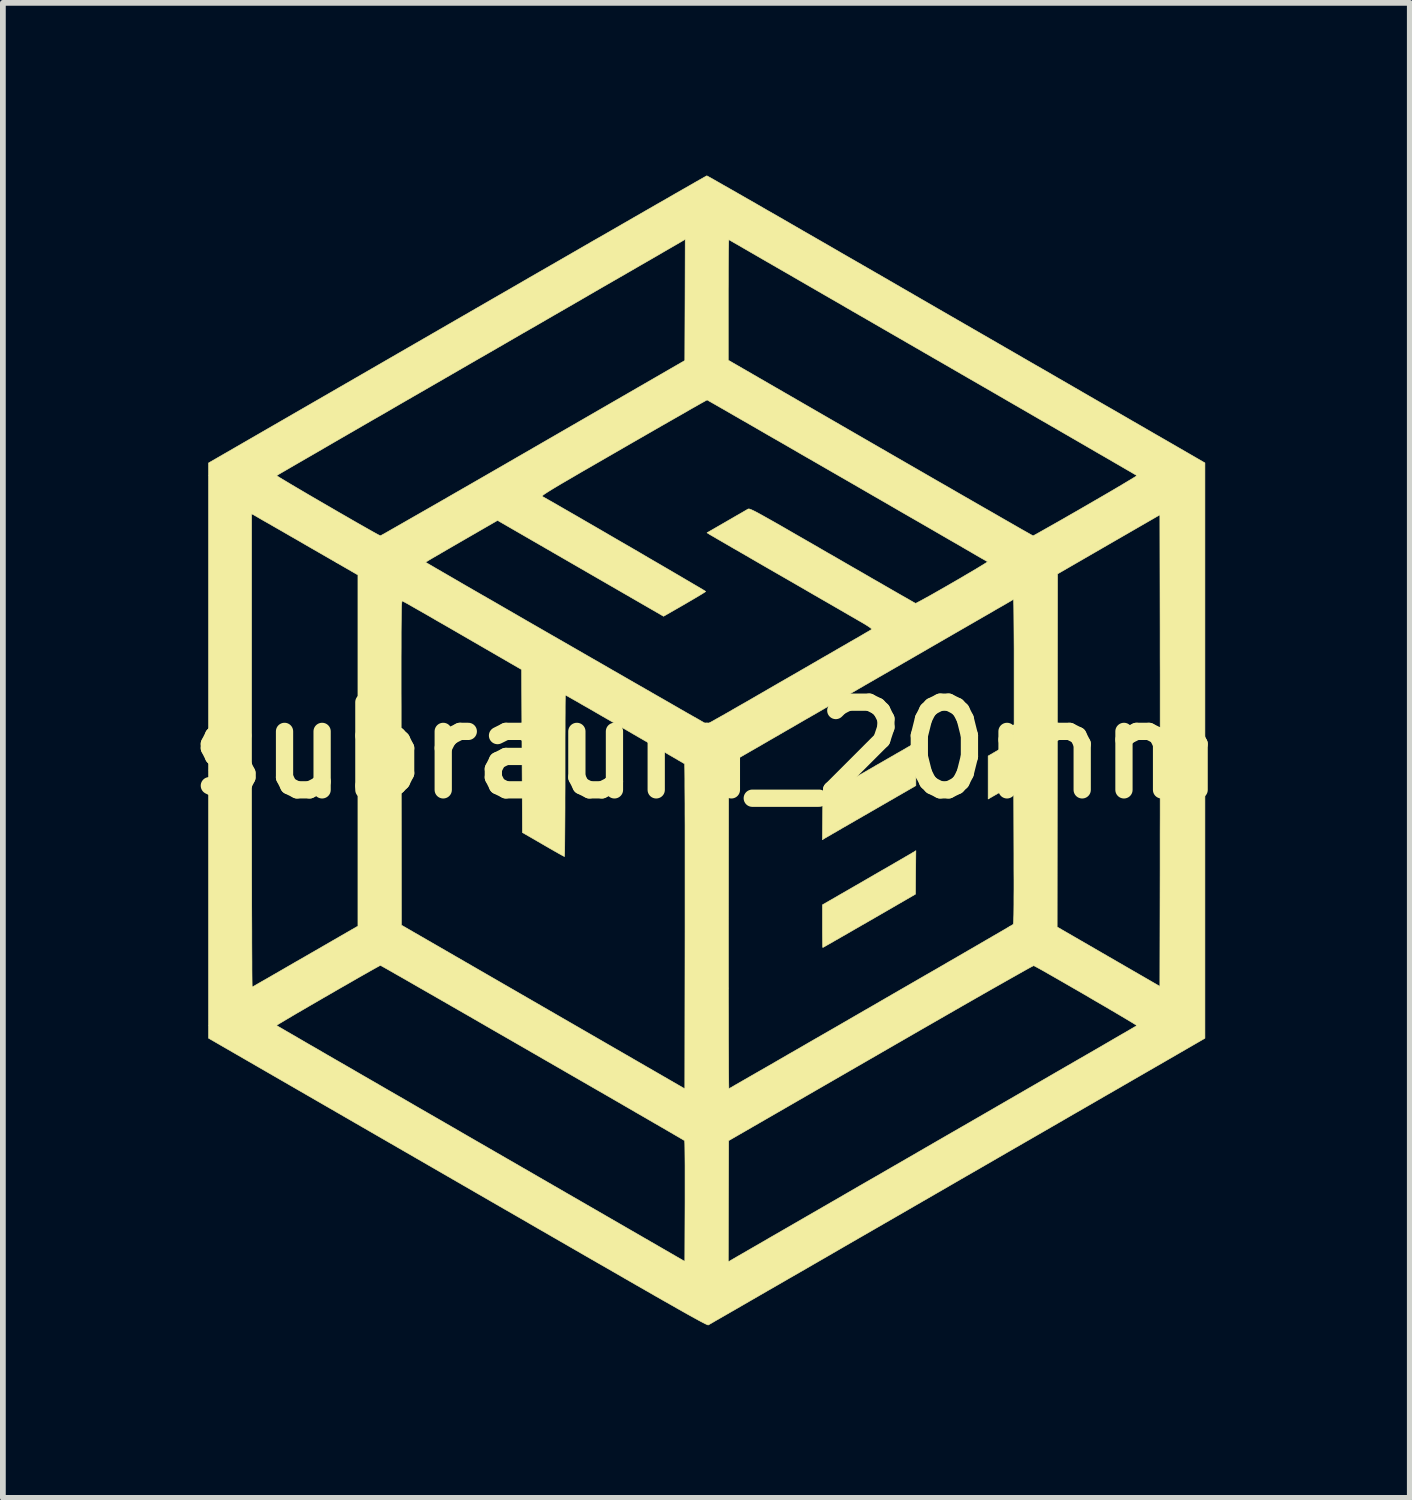
<source format=kicad_pcb>
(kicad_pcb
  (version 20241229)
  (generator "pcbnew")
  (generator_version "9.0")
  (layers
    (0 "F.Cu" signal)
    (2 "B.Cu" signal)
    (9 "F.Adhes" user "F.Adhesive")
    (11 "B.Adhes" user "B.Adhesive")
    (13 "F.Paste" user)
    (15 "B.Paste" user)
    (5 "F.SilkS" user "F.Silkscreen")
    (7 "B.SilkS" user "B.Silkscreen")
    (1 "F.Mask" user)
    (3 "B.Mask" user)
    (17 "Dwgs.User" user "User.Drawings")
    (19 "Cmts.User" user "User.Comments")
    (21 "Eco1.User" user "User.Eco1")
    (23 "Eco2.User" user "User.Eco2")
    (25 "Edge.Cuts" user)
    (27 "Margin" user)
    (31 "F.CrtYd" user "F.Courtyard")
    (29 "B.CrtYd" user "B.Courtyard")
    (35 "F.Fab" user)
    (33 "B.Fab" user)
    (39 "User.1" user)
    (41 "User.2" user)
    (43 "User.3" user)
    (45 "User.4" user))
  (footprint "subraum_20mm"
    (layer "F.Cu")
    (at 9.224 9.986)
    (property "Reference" "subraum_20mm" (at 0 0 0) (layer "F.SilkS") (effects (font (size 1.524 1.524) (thickness 0.3))))
    (attr through_hole)
    (fp_poly (pts (xy 3.637 -0.114) (xy 3.638 -0.075) (xy 3.639 -0.017) (xy 3.64 0.06) (xy 3.64 0.149) (xy 3.641 0.245) (xy 3.641 0.616) (xy 2.861 1.066) (xy 2.724 1.145) (xy 2.594 1.22) (xy 2.473 1.29) (xy 2.363 1.353) (xy 2.266 1.41) (xy 2.184 1.457) (xy 2.119 1.495) (xy 2.074 1.521) (xy 2.051 1.534) (xy 2.049 1.536) (xy 2.017 1.556) (xy 2.021 1.178) (xy 2.025 0.8) (xy 2.827 0.337) (xy 2.965 0.257) (xy 3.096 0.182) (xy 3.217 0.112) (xy 3.326 0.049) (xy 3.423 -0.006) (xy 3.503 -0.053) (xy 3.567 -0.089) (xy 3.611 -0.113) (xy 3.633 -0.126) (xy 3.635 -0.127) (xy 3.637 -0.114)) (stroke (width 0.01) (type solid)) (fill yes) (layer "F.SilkS"))
    (fp_poly (pts (xy 3.637 2.124) (xy 3.634 2.502) (xy 2.832 2.966) (xy 2.694 3.045) (xy 2.564 3.12) (xy 2.443 3.19) (xy 2.333 3.253) (xy 2.237 3.308) (xy 2.156 3.355) (xy 2.092 3.391) (xy 2.049 3.416) (xy 2.026 3.428) (xy 2.024 3.429) (xy 2.022 3.416) (xy 2.021 3.377) (xy 2.02 3.319) (xy 2.019 3.243) (xy 2.018 3.153) (xy 2.018 3.058) (xy 2.018 2.687) (xy 2.798 2.237) (xy 2.934 2.158) (xy 3.064 2.083) (xy 3.186 2.013) (xy 3.296 1.949) (xy 3.393 1.893) (xy 3.475 1.845) (xy 3.539 1.808) (xy 3.584 1.781) (xy 3.607 1.768) (xy 3.609 1.767) (xy 3.641 1.746) (xy 3.637 2.124)) (stroke (width 0.01) (type solid)) (fill yes) (layer "F.SilkS"))
    (fp_poly (pts (xy 0.022 -9.974) (xy 0.059 -9.954) (xy 0.118 -9.921) (xy 0.198 -9.875) (xy 0.298 -9.818) (xy 0.416 -9.751) (xy 0.552 -9.673) (xy 0.704 -9.586) (xy 0.872 -9.49) (xy 1.053 -9.385) (xy 1.248 -9.274) (xy 1.454 -9.155) (xy 1.67 -9.03) (xy 1.896 -8.9) (xy 2.131 -8.765) (xy 2.372 -8.625) (xy 2.513 -8.544) (xy 2.947 -8.294) (xy 3.357 -8.057) (xy 3.744 -7.833) (xy 4.109 -7.622) (xy 4.454 -7.423) (xy 4.778 -7.236) (xy 5.083 -7.06) (xy 5.369 -6.895) (xy 5.638 -6.739) (xy 5.891 -6.594) (xy 6.127 -6.457) (xy 6.349 -6.329) (xy 6.556 -6.209) (xy 6.75 -6.097) (xy 6.932 -5.992) (xy 7.103 -5.894) (xy 7.262 -5.802) (xy 7.412 -5.715) (xy 7.553 -5.634) (xy 7.686 -5.557) (xy 7.812 -5.484) (xy 7.932 -5.415) (xy 7.955 -5.402) (xy 8.664 -4.992) (xy 8.664 5.006) (xy 7.955 5.416) (xy 7.825 5.491) (xy 7.674 5.578) (xy 7.506 5.675) (xy 7.326 5.779) (xy 7.136 5.889) (xy 6.941 6.001) (xy 6.744 6.115) (xy 6.55 6.227) (xy 6.362 6.335) (xy 6.209 6.424) (xy 5.726 6.703) (xy 5.266 6.968) (xy 4.83 7.22) (xy 4.417 7.458) (xy 4.027 7.684) (xy 3.658 7.897) (xy 3.31 8.098) (xy 2.984 8.286) (xy 2.677 8.463) (xy 2.391 8.628) (xy 2.124 8.783) (xy 1.876 8.926) (xy 1.646 9.059) (xy 1.433 9.181) (xy 1.238 9.294) (xy 1.06 9.396) (xy 0.898 9.49) (xy 0.752 9.574) (xy 0.621 9.65) (xy 0.505 9.717) (xy 0.402 9.776) (xy 0.314 9.827) (xy 0.239 9.87) (xy 0.176 9.906) (xy 0.125 9.936) (xy 0.087 9.958) (xy 0.059 9.974) (xy 0.042 9.984) (xy 0.035 9.988) (xy 0.03 9.988) (xy 0.02 9.985) (xy 0.004 9.978) (xy -0.018 9.968) (xy -0.047 9.953) (xy -0.084 9.934) (xy -0.129 9.91) (xy -0.184 9.88) (xy -0.249 9.844) (xy -0.325 9.802) (xy -0.412 9.753) (xy -0.511 9.697) (xy -0.623 9.633) (xy -0.749 9.562) (xy -0.889 9.482) (xy -1.044 9.393) (xy -1.215 9.295) (xy -1.403 9.187) (xy -1.607 9.069) (xy -1.83 8.941) (xy -1.915 8.892) (xy 0.381 8.892) (xy 0.427 8.864) (xy 0.443 8.855) (xy 0.482 8.832) (xy 0.544 8.796) (xy 0.627 8.748) (xy 0.731 8.688) (xy 0.854 8.617) (xy 0.996 8.535) (xy 1.156 8.442) (xy 1.332 8.341) (xy 1.524 8.23) (xy 1.73 8.111) (xy 1.95 7.984) (xy 2.182 7.85) (xy 2.426 7.709) (xy 2.681 7.561) (xy 2.946 7.409) (xy 3.219 7.251) (xy 3.5 7.089) (xy 3.787 6.923) (xy 3.972 6.816) (xy 4.263 6.648) (xy 4.548 6.484) (xy 4.825 6.324) (xy 5.094 6.168) (xy 5.354 6.018) (xy 5.603 5.874) (xy 5.842 5.736) (xy 6.068 5.605) (xy 6.281 5.482) (xy 6.48 5.367) (xy 6.664 5.261) (xy 6.832 5.164) (xy 6.983 5.076) (xy 7.115 4.999) (xy 7.229 4.933) (xy 7.323 4.879) (xy 7.396 4.836) (xy 7.447 4.806) (xy 7.476 4.79) (xy 7.481 4.786) (xy 7.471 4.778) (xy 7.438 4.757) (xy 7.386 4.725) (xy 7.316 4.683) (xy 7.23 4.632) (xy 7.132 4.574) (xy 7.023 4.51) (xy 6.906 4.441) (xy 6.783 4.37) (xy 6.657 4.296) (xy 6.529 4.221) (xy 6.402 4.148) (xy 6.279 4.077) (xy 6.161 4.009) (xy 6.051 3.946) (xy 5.951 3.889) (xy 5.864 3.839) (xy 5.792 3.799) (xy 5.737 3.769) (xy 5.701 3.75) (xy 5.689 3.744) (xy 5.674 3.751) (xy 5.637 3.77) (xy 5.577 3.803) (xy 5.495 3.849) (xy 5.394 3.906) (xy 5.273 3.974) (xy 5.134 4.053) (xy 4.978 4.141) (xy 4.806 4.239) (xy 4.619 4.346) (xy 4.418 4.461) (xy 4.204 4.584) (xy 3.978 4.714) (xy 3.741 4.85) (xy 3.495 4.992) (xy 3.24 5.139) (xy 3.027 5.262) (xy 0.388 6.785) (xy 0.384 7.839) (xy 0.381 8.892) (xy -1.915 8.892) (xy -2.072 8.802) (xy -2.332 8.652) (xy -2.613 8.49) (xy -2.915 8.316) (xy -3.238 8.129) (xy -3.584 7.93) (xy -3.953 7.717) (xy -4.322 7.504) (xy -8.65 5.005) (xy -8.65 4.784) (xy -7.469 4.784) (xy -7.457 4.791) (xy -7.421 4.812) (xy -7.362 4.846) (xy -7.282 4.893) (xy -7.181 4.951) (xy -7.061 5.021) (xy -6.922 5.102) (xy -6.765 5.192) (xy -6.592 5.293) (xy -6.403 5.402) (xy -6.198 5.52) (xy -5.981 5.646) (xy -5.75 5.779) (xy -5.507 5.92) (xy -5.253 6.066) (xy -4.99 6.219) (xy -4.717 6.376) (xy -4.436 6.538) (xy -4.148 6.705) (xy -3.919 6.837) (xy -0.374 8.884) (xy -0.37 7.84) (xy -0.37 7.671) (xy -0.37 7.51) (xy -0.37 7.359) (xy -0.37 7.222) (xy -0.371 7.099) (xy -0.372 6.993) (xy -0.373 6.906) (xy -0.374 6.842) (xy -0.376 6.801) (xy -0.377 6.786) (xy -0.391 6.777) (xy -0.428 6.755) (xy -0.486 6.721) (xy -0.565 6.675) (xy -0.663 6.618) (xy -0.778 6.551) (xy -0.91 6.475) (xy -1.056 6.39) (xy -1.216 6.298) (xy -1.388 6.198) (xy -1.571 6.092) (xy -1.763 5.981) (xy -1.963 5.866) (xy -2.171 5.746) (xy -2.383 5.624) (xy -2.599 5.499) (xy -2.818 5.373) (xy -3.038 5.246) (xy -3.258 5.119) (xy -3.477 4.993) (xy -3.693 4.869) (xy -3.904 4.747) (xy -4.11 4.628) (xy -4.309 4.514) (xy -4.5 4.404) (xy -4.681 4.3) (xy -4.852 4.202) (xy -5.009 4.112) (xy -5.153 4.029) (xy -5.282 3.955) (xy -5.395 3.891) (xy -5.489 3.837) (xy -5.565 3.794) (xy -5.62 3.763) (xy -5.653 3.745) (xy -5.663 3.739) (xy -5.677 3.746) (xy -5.714 3.766) (xy -5.77 3.797) (xy -5.843 3.838) (xy -5.931 3.888) (xy -6.032 3.945) (xy -6.143 4.009) (xy -6.261 4.077) (xy -6.386 4.148) (xy -6.513 4.222) (xy -6.642 4.296) (xy -6.769 4.37) (xy -6.892 4.441) (xy -7.01 4.51) (xy -7.119 4.573) (xy -7.217 4.631) (xy -7.303 4.682) (xy -7.373 4.724) (xy -7.426 4.755) (xy -7.459 4.776) (xy -7.469 4.784) (xy -8.65 4.784) (xy -8.65 0.007) (xy -7.902 0.007) (xy -7.902 0.346) (xy -7.902 0.678) (xy -7.902 1) (xy -7.902 1.314) (xy -7.901 1.616) (xy -7.901 1.907) (xy -7.901 2.185) (xy -7.9 2.448) (xy -7.9 2.697) (xy -7.899 2.929) (xy -7.898 3.144) (xy -7.898 3.341) (xy -7.897 3.518) (xy -7.896 3.674) (xy -7.896 3.809) (xy -7.895 3.92) (xy -7.894 4.008) (xy -7.893 4.07) (xy -7.892 4.107) (xy -7.892 4.116) (xy -7.878 4.109) (xy -7.842 4.088) (xy -7.785 4.055) (xy -7.71 4.012) (xy -7.617 3.959) (xy -7.51 3.897) (xy -7.39 3.828) (xy -7.259 3.752) (xy -7.119 3.671) (xy -6.972 3.587) (xy -6.967 3.584) (xy -6.054 3.057) (xy -6.054 -1.438) (xy -5.304 -1.438) (xy -5.304 -1.235) (xy -5.304 -1.011) (xy -5.303 -0.762) (xy -5.303 -0.49) (xy -5.303 -0.192) (xy -5.302 0.133) (xy -5.302 0.22) (xy -5.299 3.04) (xy -0.374 5.884) (xy -0.371 3.88) (xy 0.384 3.88) (xy 0.384 4.134) (xy 0.384 4.376) (xy 0.385 4.604) (xy 0.385 4.819) (xy 0.385 5.017) (xy 0.386 5.199) (xy 0.387 5.362) (xy 0.387 5.505) (xy 0.388 5.627) (xy 0.389 5.727) (xy 0.39 5.804) (xy 0.391 5.855) (xy 0.392 5.88) (xy 0.393 5.882) (xy 0.406 5.875) (xy 0.443 5.854) (xy 0.501 5.82) (xy 0.581 5.774) (xy 0.68 5.717) (xy 0.798 5.649) (xy 0.934 5.571) (xy 1.086 5.484) (xy 1.252 5.388) (xy 1.433 5.283) (xy 1.627 5.172) (xy 1.832 5.053) (xy 2.048 4.929) (xy 2.274 4.799) (xy 2.507 4.664) (xy 2.747 4.525) (xy 2.859 4.461) (xy 3.102 4.32) (xy 3.339 4.183) (xy 3.568 4.051) (xy 3.789 3.923) (xy 4 3.802) (xy 4.199 3.686) (xy 4.386 3.578) (xy 4.56 3.477) (xy 4.719 3.385) (xy 4.863 3.301) (xy 4.989 3.228) (xy 5.098 3.165) (xy 5.187 3.113) (xy 5.256 3.072) (xy 5.256 3.072) (xy 6.096 3.072) (xy 6.988 3.588) (xy 7.881 4.104) (xy 7.885 2.06) (xy 7.885 1.774) (xy 7.885 1.465) (xy 7.886 1.136) (xy 7.886 0.792) (xy 7.886 0.439) (xy 7.886 0.08) (xy 7.886 -0.28) (xy 7.886 -0.636) (xy 7.886 -0.984) (xy 7.886 -1.32) (xy 7.885 -1.638) (xy 7.885 -1.934) (xy 7.885 -2.037) (xy 7.881 -4.09) (xy 6.992 -3.577) (xy 6.103 -3.063) (xy 6.099 0.004) (xy 6.096 3.072) (xy 5.256 3.072) (xy 5.303 3.045) (xy 5.327 3.03) (xy 5.331 3.028) (xy 5.334 3.019) (xy 5.337 3) (xy 5.339 2.967) (xy 5.341 2.92) (xy 5.343 2.858) (xy 5.344 2.777) (xy 5.345 2.678) (xy 5.345 2.559) (xy 5.346 2.418) (xy 5.346 2.253) (xy 5.345 2.063) (xy 5.345 1.847) (xy 5.345 1.802) (xy 5.341 0.593) (xy 5.2 0.674) (xy 5.133 0.713) (xy 5.066 0.752) (xy 5.008 0.785) (xy 4.978 0.802) (xy 4.897 0.849) (xy 4.897 0.101) (xy 5.122 -0.03) (xy 5.348 -0.161) (xy 5.348 -1.394) (xy 5.348 -1.577) (xy 5.348 -1.752) (xy 5.347 -1.917) (xy 5.346 -2.07) (xy 5.345 -2.208) (xy 5.344 -2.329) (xy 5.343 -2.432) (xy 5.342 -2.515) (xy 5.34 -2.575) (xy 5.339 -2.611) (xy 5.338 -2.62) (xy 5.324 -2.613) (xy 5.288 -2.592) (xy 5.23 -2.558) (xy 5.151 -2.512) (xy 5.052 -2.456) (xy 4.936 -2.388) (xy 4.802 -2.311) (xy 4.653 -2.225) (xy 4.49 -2.131) (xy 4.313 -2.029) (xy 4.124 -1.92) (xy 3.925 -1.805) (xy 3.716 -1.684) (xy 3.499 -1.559) (xy 3.276 -1.43) (xy 3.217 -1.396) (xy 2.986 -1.263) (xy 2.757 -1.131) (xy 2.533 -1.001) (xy 2.314 -0.875) (xy 2.104 -0.754) (xy 1.902 -0.637) (xy 1.71 -0.527) (xy 1.531 -0.423) (xy 1.366 -0.328) (xy 1.216 -0.241) (xy 1.082 -0.164) (xy 0.967 -0.097) (xy 0.872 -0.042) (xy 0.798 0.00035) (xy 0.748 0.029) (xy 0.388 0.237) (xy 0.384 3.062) (xy 0.384 3.343) (xy 0.384 3.616) (xy 0.384 3.88) (xy -0.371 3.88) (xy -0.37 3.066) (xy -0.37 2.786) (xy -0.37 2.514) (xy -0.37 2.25) (xy -0.37 1.997) (xy -0.37 1.755) (xy -0.37 1.526) (xy -0.37 1.311) (xy -0.371 1.112) (xy -0.371 0.93) (xy -0.372 0.766) (xy -0.373 0.621) (xy -0.373 0.498) (xy -0.374 0.397) (xy -0.375 0.319) (xy -0.376 0.267) (xy -0.377 0.241) (xy -0.377 0.238) (xy -0.391 0.229) (xy -0.426 0.208) (xy -0.482 0.176) (xy -0.555 0.133) (xy -0.645 0.081) (xy -0.747 0.021) (xy -0.861 -0.045) (xy -0.984 -0.116) (xy -1.114 -0.191) (xy -1.249 -0.269) (xy -1.386 -0.349) (xy -1.524 -0.428) (xy -1.66 -0.507) (xy -1.793 -0.583) (xy -1.919 -0.656) (xy -2.036 -0.724) (xy -2.144 -0.785) (xy -2.238 -0.84) (xy -2.318 -0.885) (xy -2.381 -0.921) (xy -2.425 -0.946) (xy -2.448 -0.958) (xy -2.45 -0.96) (xy -2.451 -0.946) (xy -2.451 -0.906) (xy -2.452 -0.841) (xy -2.453 -0.754) (xy -2.453 -0.646) (xy -2.454 -0.52) (xy -2.454 -0.376) (xy -2.455 -0.218) (xy -2.455 -0.047) (xy -2.455 0.136) (xy -2.455 0.328) (xy -2.455 0.445) (xy -2.455 0.641) (xy -2.456 0.829) (xy -2.456 1.007) (xy -2.457 1.174) (xy -2.458 1.326) (xy -2.459 1.463) (xy -2.46 1.582) (xy -2.461 1.681) (xy -2.462 1.759) (xy -2.464 1.814) (xy -2.465 1.843) (xy -2.466 1.848) (xy -2.48 1.841) (xy -2.516 1.822) (xy -2.57 1.792) (xy -2.639 1.753) (xy -2.719 1.707) (xy -2.809 1.655) (xy -2.836 1.639) (xy -3.196 1.431) (xy -3.203 0.015) (xy -3.21 -1.401) (xy -4.233 -1.993) (xy -4.39 -2.084) (xy -4.539 -2.17) (xy -4.681 -2.251) (xy -4.811 -2.327) (xy -4.93 -2.395) (xy -5.034 -2.454) (xy -5.123 -2.505) (xy -5.193 -2.545) (xy -5.245 -2.573) (xy -5.274 -2.589) (xy -5.281 -2.593) (xy -5.284 -2.592) (xy -5.287 -2.59) (xy -5.289 -2.583) (xy -5.291 -2.571) (xy -5.293 -2.553) (xy -5.295 -2.528) (xy -5.297 -2.494) (xy -5.298 -2.45) (xy -5.299 -2.396) (xy -5.3 -2.33) (xy -5.301 -2.251) (xy -5.302 -2.158) (xy -5.303 -2.049) (xy -5.303 -1.924) (xy -5.303 -1.781) (xy -5.304 -1.619) (xy -5.304 -1.438) (xy -6.054 -1.438) (xy -6.054 -3.045) (xy -6.437 -3.266) (xy -4.879 -3.266) (xy -4.865 -3.257) (xy -4.829 -3.236) (xy -4.77 -3.202) (xy -4.692 -3.156) (xy -4.595 -3.1) (xy -4.481 -3.034) (xy -4.35 -2.958) (xy -4.206 -2.874) (xy -4.048 -2.783) (xy -3.878 -2.685) (xy -3.698 -2.582) (xy -3.51 -2.473) (xy -3.314 -2.36) (xy -3.112 -2.243) (xy -2.905 -2.124) (xy -2.695 -2.003) (xy -2.484 -1.882) (xy -2.272 -1.76) (xy -2.061 -1.638) (xy -1.853 -1.519) (xy -1.649 -1.401) (xy -1.45 -1.287) (xy -1.258 -1.176) (xy -1.074 -1.071) (xy -0.899 -0.97) (xy -0.736 -0.877) (xy -0.585 -0.79) (xy -0.448 -0.711) (xy -0.326 -0.641) (xy -0.22 -0.581) (xy -0.133 -0.532) (xy -0.066 -0.493) (xy -0.019 -0.467) (xy 0.005 -0.453) (xy 0.009 -0.452) (xy 0.024 -0.458) (xy 0.061 -0.478) (xy 0.118 -0.51) (xy 0.192 -0.552) (xy 0.283 -0.603) (xy 0.387 -0.662) (xy 0.501 -0.728) (xy 0.625 -0.799) (xy 0.736 -0.862) (xy 0.896 -0.955) (xy 1.074 -1.058) (xy 1.264 -1.168) (xy 1.459 -1.28) (xy 1.653 -1.392) (xy 1.84 -1.5) (xy 2.014 -1.601) (xy 2.145 -1.676) (xy 2.274 -1.751) (xy 2.396 -1.821) (xy 2.509 -1.887) (xy 2.611 -1.945) (xy 2.699 -1.996) (xy 2.77 -2.038) (xy 2.824 -2.069) (xy 2.857 -2.089) (xy 2.867 -2.095) (xy 2.872 -2.102) (xy 2.867 -2.113) (xy 2.849 -2.128) (xy 2.816 -2.151) (xy 2.766 -2.183) (xy 2.695 -2.225) (xy 2.62 -2.268) (xy 2.567 -2.299) (xy 2.492 -2.342) (xy 2.397 -2.397) (xy 2.285 -2.462) (xy 2.157 -2.536) (xy 2.016 -2.617) (xy 1.865 -2.704) (xy 1.705 -2.797) (xy 1.539 -2.893) (xy 1.369 -2.991) (xy 1.221 -3.076) (xy 1.056 -3.171) (xy 0.897 -3.263) (xy 0.747 -3.35) (xy 0.607 -3.431) (xy 0.478 -3.505) (xy 0.363 -3.572) (xy 0.263 -3.63) (xy 0.18 -3.678) (xy 0.117 -3.715) (xy 0.073 -3.74) (xy 0.053 -3.752) (xy 0.052 -3.753) (xy 0.012 -3.778) (xy 0.348 -3.972) (xy 0.438 -4.024) (xy 0.522 -4.073) (xy 0.596 -4.115) (xy 0.656 -4.15) (xy 0.699 -4.175) (xy 0.721 -4.188) (xy 0.721 -4.188) (xy 0.727 -4.191) (xy 0.734 -4.192) (xy 0.744 -4.192) (xy 0.758 -4.188) (xy 0.777 -4.181) (xy 0.802 -4.17) (xy 0.835 -4.154) (xy 0.878 -4.132) (xy 0.931 -4.103) (xy 0.996 -4.067) (xy 1.074 -4.023) (xy 1.167 -3.971) (xy 1.276 -3.909) (xy 1.401 -3.837) (xy 1.546 -3.753) (xy 1.71 -3.659) (xy 1.896 -3.552) (xy 2.104 -3.431) (xy 2.189 -3.383) (xy 2.374 -3.276) (xy 2.552 -3.173) (xy 2.723 -3.075) (xy 2.883 -2.982) (xy 3.032 -2.897) (xy 3.168 -2.818) (xy 3.29 -2.748) (xy 3.396 -2.687) (xy 3.485 -2.637) (xy 3.554 -2.597) (xy 3.603 -2.569) (xy 3.63 -2.554) (xy 3.635 -2.552) (xy 3.65 -2.557) (xy 3.686 -2.576) (xy 3.741 -2.605) (xy 3.811 -2.644) (xy 3.895 -2.69) (xy 3.988 -2.743) (xy 4.088 -2.8) (xy 4.193 -2.86) (xy 4.3 -2.922) (xy 4.406 -2.983) (xy 4.507 -3.043) (xy 4.603 -3.099) (xy 4.689 -3.15) (xy 4.763 -3.195) (xy 4.822 -3.231) (xy 4.863 -3.257) (xy 4.884 -3.272) (xy 4.886 -3.275) (xy 4.873 -3.283) (xy 4.837 -3.304) (xy 4.779 -3.337) (xy 4.701 -3.382) (xy 4.605 -3.438) (xy 4.491 -3.504) (xy 4.361 -3.58) (xy 4.216 -3.663) (xy 4.059 -3.754) (xy 3.89 -3.852) (xy 3.71 -3.956) (xy 3.522 -4.064) (xy 3.326 -4.177) (xy 3.125 -4.294) (xy 2.918 -4.413) (xy 2.709 -4.534) (xy 2.498 -4.656) (xy 2.286 -4.778) (xy 2.076 -4.899) (xy 1.868 -5.019) (xy 1.664 -5.136) (xy 1.466 -5.251) (xy 1.274 -5.362) (xy 1.09 -5.467) (xy 0.916 -5.568) (xy 0.753 -5.662) (xy 0.603 -5.748) (xy 0.466 -5.827) (xy 0.345 -5.897) (xy 0.24 -5.957) (xy 0.153 -6.007) (xy 0.086 -6.045) (xy 0.04 -6.071) (xy 0.017 -6.085) (xy 0.014 -6.086) (xy 0.001 -6.08) (xy -0.035 -6.06) (xy -0.093 -6.028) (xy -0.17 -5.984) (xy -0.266 -5.93) (xy -0.378 -5.865) (xy -0.506 -5.792) (xy -0.648 -5.711) (xy -0.802 -5.623) (xy -0.967 -5.528) (xy -1.141 -5.428) (xy -1.322 -5.324) (xy -1.438 -5.257) (xy -1.656 -5.131) (xy -1.852 -5.018) (xy -2.025 -4.918) (xy -2.178 -4.83) (xy -2.311 -4.752) (xy -2.426 -4.685) (xy -2.524 -4.628) (xy -2.606 -4.579) (xy -2.674 -4.538) (xy -2.729 -4.504) (xy -2.772 -4.477) (xy -2.804 -4.456) (xy -2.827 -4.44) (xy -2.842 -4.428) (xy -2.85 -4.419) (xy -2.852 -4.413) (xy -2.85 -4.409) (xy -2.848 -4.408) (xy -2.812 -4.388) (xy -2.756 -4.356) (xy -2.681 -4.314) (xy -2.589 -4.261) (xy -2.482 -4.199) (xy -2.362 -4.13) (xy -2.23 -4.054) (xy -2.089 -3.972) (xy -1.94 -3.886) (xy -1.785 -3.796) (xy -1.627 -3.704) (xy -1.465 -3.61) (xy -1.304 -3.517) (xy -1.144 -3.424) (xy -0.988 -3.332) (xy -0.836 -3.244) (xy -0.692 -3.16) (xy -0.557 -3.081) (xy -0.432 -3.008) (xy -0.32 -2.942) (xy -0.223 -2.885) (xy -0.141 -2.837) (xy -0.078 -2.8) (xy -0.035 -2.774) (xy -0.014 -2.76) (xy -0.012 -2.759) (xy -0.023 -2.749) (xy -0.057 -2.727) (xy -0.109 -2.695) (xy -0.176 -2.655) (xy -0.256 -2.608) (xy -0.345 -2.556) (xy -0.377 -2.537) (xy -0.743 -2.327) (xy -3.628 -3.993) (xy -4.255 -3.631) (xy -4.376 -3.561) (xy -4.49 -3.495) (xy -4.593 -3.435) (xy -4.684 -3.382) (xy -4.76 -3.338) (xy -4.819 -3.303) (xy -4.859 -3.278) (xy -4.878 -3.267) (xy -4.879 -3.266) (xy -6.437 -3.266) (xy -6.946 -3.559) (xy -7.092 -3.644) (xy -7.232 -3.724) (xy -7.363 -3.8) (xy -7.484 -3.869) (xy -7.591 -3.931) (xy -7.685 -3.984) (xy -7.761 -4.028) (xy -7.819 -4.062) (xy -7.856 -4.083) (xy -7.87 -4.091) (xy -7.902 -4.107) (xy -7.902 0.007) (xy -8.65 0.007) (xy -8.65 -4.772) (xy -7.467 -4.772) (xy -7.457 -4.764) (xy -7.424 -4.743) (xy -7.371 -4.711) (xy -7.301 -4.669) (xy -7.216 -4.618) (xy -7.118 -4.56) (xy -7.009 -4.496) (xy -6.892 -4.427) (xy -6.768 -4.355) (xy -6.641 -4.281) (xy -6.513 -4.207) (xy -6.386 -4.133) (xy -6.262 -4.062) (xy -6.143 -3.993) (xy -6.033 -3.93) (xy -5.932 -3.873) (xy -5.844 -3.823) (xy -5.771 -3.782) (xy -5.715 -3.751) (xy -5.678 -3.732) (xy -5.664 -3.726) (xy -5.65 -3.733) (xy -5.613 -3.753) (xy -5.554 -3.786) (xy -5.474 -3.832) (xy -5.374 -3.889) (xy -5.255 -3.957) (xy -5.119 -4.035) (xy -4.965 -4.123) (xy -4.797 -4.219) (xy -4.614 -4.324) (xy -4.418 -4.437) (xy -4.209 -4.557) (xy -3.99 -4.683) (xy -3.761 -4.815) (xy -3.523 -4.952) (xy -3.278 -5.094) (xy -3.026 -5.239) (xy -3.011 -5.248) (xy -0.374 -6.771) (xy -0.37 -7.833) (xy 0.381 -7.833) (xy 0.381 -6.777) (xy 3.022 -5.251) (xy 3.275 -5.105) (xy 3.521 -4.963) (xy 3.759 -4.826) (xy 3.989 -4.693) (xy 4.209 -4.567) (xy 4.418 -4.446) (xy 4.615 -4.333) (xy 4.799 -4.227) (xy 4.969 -4.13) (xy 5.123 -4.041) (xy 5.261 -3.962) (xy 5.381 -3.893) (xy 5.482 -3.835) (xy 5.564 -3.789) (xy 5.624 -3.755) (xy 5.663 -3.733) (xy 5.678 -3.725) (xy 5.678 -3.725) (xy 5.692 -3.732) (xy 5.729 -3.752) (xy 5.786 -3.784) (xy 5.862 -3.827) (xy 5.954 -3.879) (xy 6.062 -3.94) (xy 6.182 -4.008) (xy 6.312 -4.083) (xy 6.452 -4.163) (xy 6.592 -4.244) (xy 6.737 -4.328) (xy 6.875 -4.408) (xy 7.004 -4.483) (xy 7.121 -4.552) (xy 7.226 -4.614) (xy 7.314 -4.667) (xy 7.386 -4.71) (xy 7.44 -4.743) (xy 7.472 -4.764) (xy 7.482 -4.772) (xy 7.469 -4.78) (xy 7.432 -4.801) (xy 7.373 -4.836) (xy 7.293 -4.882) (xy 7.192 -4.941) (xy 7.071 -5.011) (xy 6.932 -5.092) (xy 6.775 -5.182) (xy 6.602 -5.283) (xy 6.412 -5.393) (xy 6.208 -5.511) (xy 5.99 -5.637) (xy 5.759 -5.77) (xy 5.516 -5.911) (xy 5.263 -6.057) (xy 4.999 -6.21) (xy 4.727 -6.367) (xy 4.446 -6.529) (xy 4.158 -6.696) (xy 3.937 -6.823) (xy 3.645 -6.992) (xy 3.359 -7.157) (xy 3.08 -7.318) (xy 2.809 -7.475) (xy 2.548 -7.625) (xy 2.297 -7.771) (xy 2.057 -7.909) (xy 1.829 -8.041) (xy 1.614 -8.165) (xy 1.414 -8.281) (xy 1.228 -8.388) (xy 1.058 -8.486) (xy 0.906 -8.574) (xy 0.771 -8.652) (xy 0.655 -8.719) (xy 0.559 -8.775) (xy 0.483 -8.818) (xy 0.43 -8.849) (xy 0.399 -8.867) (xy 0.392 -8.871) (xy 0.39 -8.858) (xy 0.388 -8.82) (xy 0.387 -8.757) (xy 0.385 -8.673) (xy 0.384 -8.569) (xy 0.383 -8.448) (xy 0.382 -8.311) (xy 0.382 -8.162) (xy 0.381 -8.002) (xy 0.381 -7.833) (xy -0.37 -7.833) (xy -0.367 -8.878) (xy -0.413 -8.85) (xy -0.429 -8.841) (xy -0.468 -8.818) (xy -0.53 -8.782) (xy -0.613 -8.734) (xy -0.717 -8.674) (xy -0.84 -8.602) (xy -0.982 -8.52) (xy -1.142 -8.428) (xy -1.318 -8.326) (xy -1.509 -8.216) (xy -1.716 -8.097) (xy -1.936 -7.97) (xy -2.168 -7.835) (xy -2.412 -7.694) (xy -2.667 -7.547) (xy -2.931 -7.394) (xy -3.205 -7.237) (xy -3.486 -7.074) (xy -3.773 -6.908) (xy -3.958 -6.802) (xy -4.249 -6.634) (xy -4.534 -6.469) (xy -4.811 -6.309) (xy -5.08 -6.154) (xy -5.34 -6.004) (xy -5.589 -5.859) (xy -5.828 -5.722) (xy -6.054 -5.591) (xy -6.267 -5.468) (xy -6.466 -5.353) (xy -6.65 -5.246) (xy -6.817 -5.149) (xy -6.968 -5.062) (xy -7.101 -4.985) (xy -7.215 -4.919) (xy -7.309 -4.864) (xy -7.382 -4.822) (xy -7.433 -4.792) (xy -7.461 -4.775) (xy -7.467 -4.772) (xy -8.65 -4.772) (xy -8.65 -4.991) (xy -4.329 -7.486) (xy -4.005 -7.673) (xy -3.688 -7.856) (xy -3.377 -8.035) (xy -3.075 -8.21) (xy -2.781 -8.379) (xy -2.498 -8.542) (xy -2.224 -8.7) (xy -1.963 -8.851) (xy -1.713 -8.994) (xy -1.477 -9.13) (xy -1.255 -9.258) (xy -1.048 -9.377) (xy -0.857 -9.487) (xy -0.682 -9.587) (xy -0.525 -9.678) (xy -0.386 -9.757) (xy -0.267 -9.825) (xy -0.168 -9.882) (xy -0.09 -9.926) (xy -0.034 -9.958) (xy -0.001 -9.976) (xy 0.009 -9.981) (xy 0.022 -9.974)) (stroke (width 0.01) (type solid)) (fill yes) (layer "F.SilkS")))
  (gr_rect
    (start -3 -3)
    (end 21.448 22.979)
    (stroke (width 0.1) (type default))
    (fill no)
    (layer "Edge.Cuts")))
</source>
